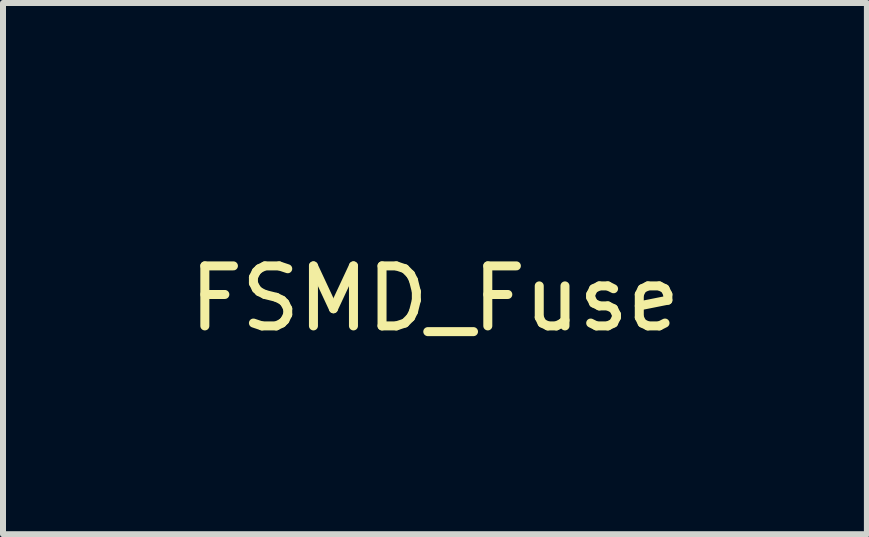
<source format=kicad_pcb>
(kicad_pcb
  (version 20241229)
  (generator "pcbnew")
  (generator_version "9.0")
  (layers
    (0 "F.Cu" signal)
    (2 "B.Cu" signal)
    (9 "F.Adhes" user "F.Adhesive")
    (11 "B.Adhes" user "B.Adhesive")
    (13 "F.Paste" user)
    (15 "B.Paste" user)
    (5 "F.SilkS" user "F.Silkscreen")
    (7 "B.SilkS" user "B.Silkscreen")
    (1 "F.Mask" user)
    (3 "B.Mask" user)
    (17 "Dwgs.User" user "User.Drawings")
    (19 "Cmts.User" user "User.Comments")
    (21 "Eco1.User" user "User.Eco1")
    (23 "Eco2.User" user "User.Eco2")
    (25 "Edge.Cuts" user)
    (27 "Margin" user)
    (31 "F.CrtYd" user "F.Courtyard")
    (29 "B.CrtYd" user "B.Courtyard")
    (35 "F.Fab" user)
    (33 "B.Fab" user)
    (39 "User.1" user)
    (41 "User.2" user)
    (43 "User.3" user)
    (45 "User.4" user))
  (footprint "FSMD_Fuse"
    (layer "F.Cu")
    (at 4.196 1.425)
    (property "Reference" "FSMD_Fuse" (at 0 0.5 0) (layer "F.SilkS") (effects (font (size 1 1) (thickness 0.15))))
    (attr through_hole)
    (fp_line (start -1.715 -1.4) (end -1.715 1.4) (stroke (width 0.05) (type solid)) (layer "Margin"))
    (fp_line (start -1.715 -1.4) (end 1.715 -1.4) (stroke (width 0.05) (type solid)) (layer "Margin"))
    (fp_line (start -1.715 1.4) (end 1.715 1.4) (stroke (width 0.05) (type solid)) (layer "Margin"))
    (fp_line (start 1.715 -1.4) (end 1.715 1.4) (stroke (width 0.05) (type solid)) (layer "Margin")))
  (gr_rect
    (start -3 -3)
    (end 11.393 5.85)
    (stroke (width 0.1) (type default))
    (fill no)
    (layer "Edge.Cuts")))
</source>
